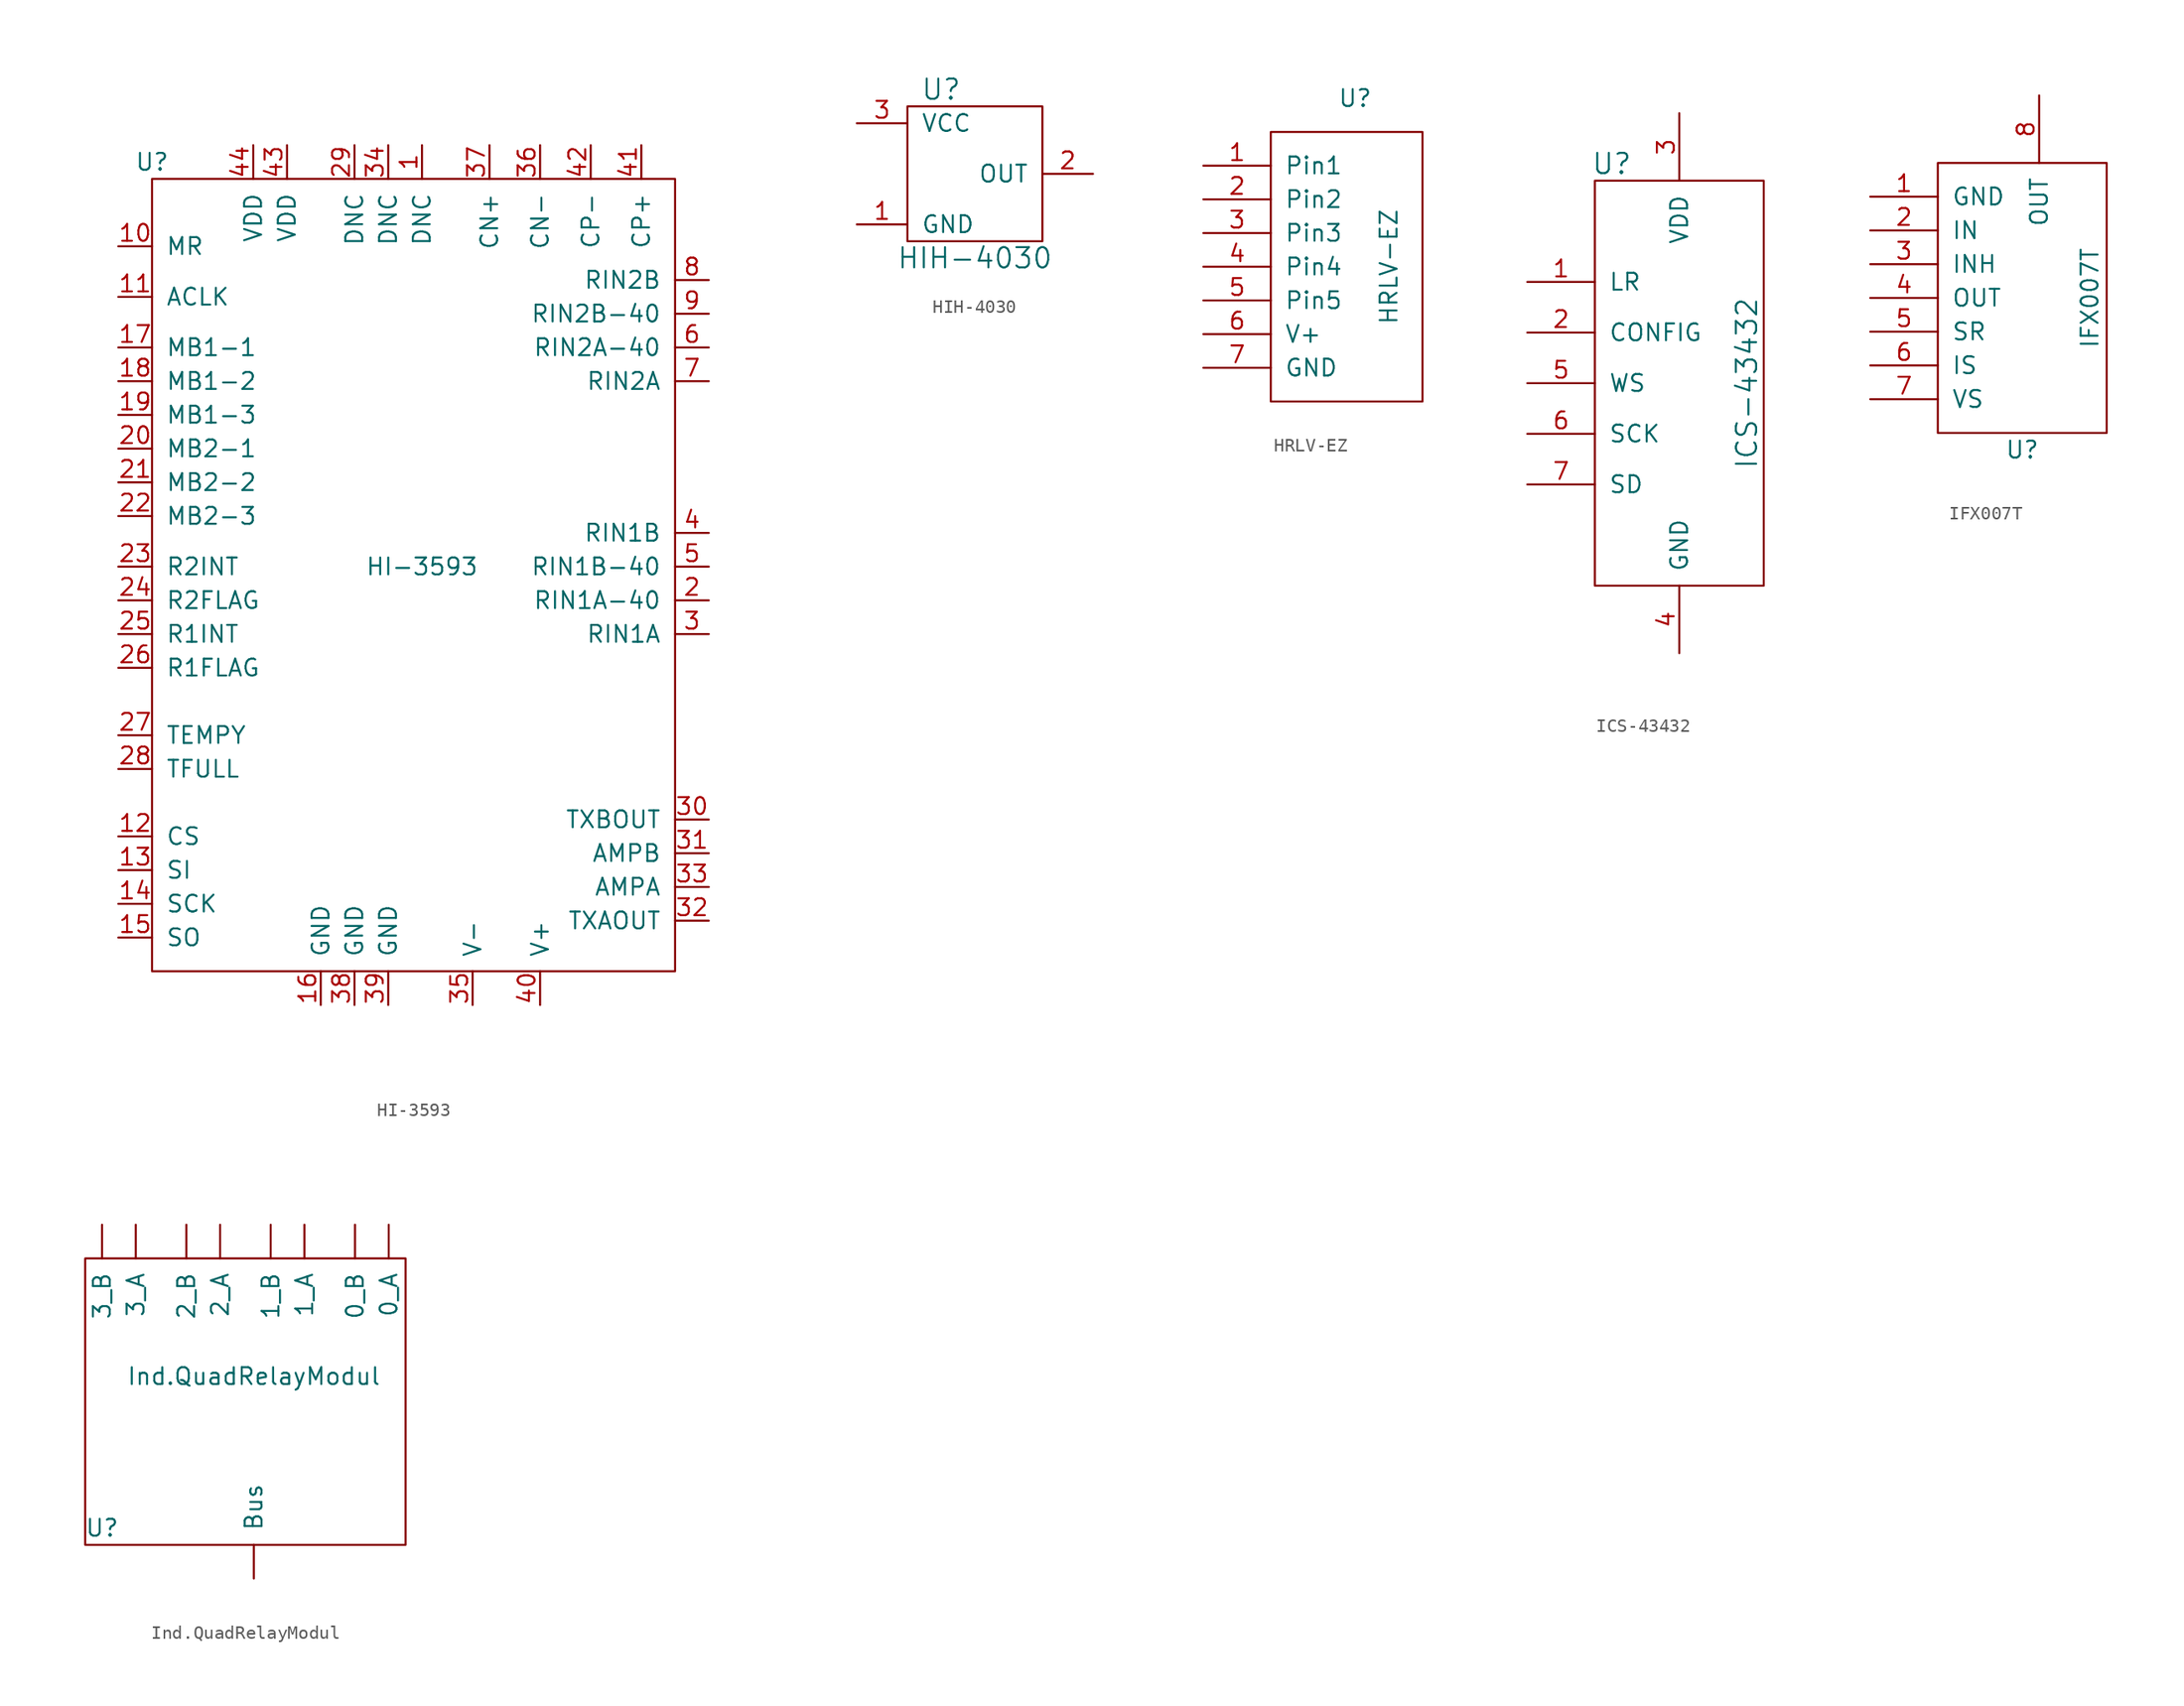
<source format=kicad_sym>
(kicad_symbol_lib
  (version 20211014)
  (generator kicad_symbol_editor)
  (symbol "HI-3593"
    (pin_names
      (offset 1.016))
    (property "Reference" "U"
      (at -20.32 30.48 0)
      (effects (font (size 1.27 1.27))))
    (property "Value" "HI-3593"
      (at 0 0 0)
      (effects (font (size 1.27 1.27))))
    (symbol "HI-3593_0_1"
      (rectangle (start -20.32 29.21) (end 19.05 -30.48) (stroke (width 0) (type default) (color 0 0 0 0)) (fill (type none))))
    (symbol "HI-3593_1_1"
      (pin input line (at 0 31.75 270) (length 2.54) (name "DNC" (effects (font (size 1.27 1.27)))) (number "1" (effects (font (size 1.27 1.27)))))
      (pin input line (at -22.86 24.13 0) (length 2.54) (name "MR" (effects (font (size 1.27 1.27)))) (number "10" (effects (font (size 1.27 1.27)))))
      (pin input line (at -22.86 20.32 0) (length 2.54) (name "ACLK" (effects (font (size 1.27 1.27)))) (number "11" (effects (font (size 1.27 1.27)))))
      (pin input line (at -22.86 -20.32 0) (length 2.54) (name "CS" (effects (font (size 1.27 1.27)))) (number "12" (effects (font (size 1.27 1.27)))))
      (pin input line (at -22.86 -22.86 0) (length 2.54) (name "SI" (effects (font (size 1.27 1.27)))) (number "13" (effects (font (size 1.27 1.27)))))
      (pin input line (at -22.86 -25.4 0) (length 2.54) (name "SCK" (effects (font (size 1.27 1.27)))) (number "14" (effects (font (size 1.27 1.27)))))
      (pin input line (at -22.86 -27.94 0) (length 2.54) (name "SO" (effects (font (size 1.27 1.27)))) (number "15" (effects (font (size 1.27 1.27)))))
      (pin input line (at -7.62 -33.02 90) (length 2.54) (name "GND" (effects (font (size 1.27 1.27)))) (number "16" (effects (font (size 1.27 1.27)))))
      (pin input line (at -22.86 16.51 0) (length 2.54) (name "MB1-1" (effects (font (size 1.27 1.27)))) (number "17" (effects (font (size 1.27 1.27)))))
      (pin input line (at -22.86 13.97 0) (length 2.54) (name "MB1-2" (effects (font (size 1.27 1.27)))) (number "18" (effects (font (size 1.27 1.27)))))
      (pin input line (at -22.86 11.43 0) (length 2.54) (name "MB1-3" (effects (font (size 1.27 1.27)))) (number "19" (effects (font (size 1.27 1.27)))))
      (pin input line (at 21.59 -2.54 180) (length 2.54) (name "RIN1A-40" (effects (font (size 1.27 1.27)))) (number "2" (effects (font (size 1.27 1.27)))))
      (pin input line (at -22.86 8.89 0) (length 2.54) (name "MB2-1" (effects (font (size 1.27 1.27)))) (number "20" (effects (font (size 1.27 1.27)))))
      (pin input line (at -22.86 6.35 0) (length 2.54) (name "MB2-2" (effects (font (size 1.27 1.27)))) (number "21" (effects (font (size 1.27 1.27)))))
      (pin input line (at -22.86 3.81 0) (length 2.54) (name "MB2-3" (effects (font (size 1.27 1.27)))) (number "22" (effects (font (size 1.27 1.27)))))
      (pin input line (at -22.86 0 0) (length 2.54) (name "R2INT" (effects (font (size 1.27 1.27)))) (number "23" (effects (font (size 1.27 1.27)))))
      (pin input line (at -22.86 -2.54 0) (length 2.54) (name "R2FLAG" (effects (font (size 1.27 1.27)))) (number "24" (effects (font (size 1.27 1.27)))))
      (pin input line (at -22.86 -5.08 0) (length 2.54) (name "R1INT" (effects (font (size 1.27 1.27)))) (number "25" (effects (font (size 1.27 1.27)))))
      (pin input line (at -22.86 -7.62 0) (length 2.54) (name "R1FLAG" (effects (font (size 1.27 1.27)))) (number "26" (effects (font (size 1.27 1.27)))))
      (pin input line (at -22.86 -12.7 0) (length 2.54) (name "TEMPY" (effects (font (size 1.27 1.27)))) (number "27" (effects (font (size 1.27 1.27)))))
      (pin input line (at -22.86 -15.24 0) (length 2.54) (name "TFULL" (effects (font (size 1.27 1.27)))) (number "28" (effects (font (size 1.27 1.27)))))
      (pin input line (at -5.08 31.75 270) (length 2.54) (name "DNC" (effects (font (size 1.27 1.27)))) (number "29" (effects (font (size 1.27 1.27)))))
      (pin input line (at 21.59 -5.08 180) (length 2.54) (name "RIN1A" (effects (font (size 1.27 1.27)))) (number "3" (effects (font (size 1.27 1.27)))))
      (pin input line (at 21.59 -19.05 180) (length 2.54) (name "TXBOUT" (effects (font (size 1.27 1.27)))) (number "30" (effects (font (size 1.27 1.27)))))
      (pin input line (at 21.59 -21.59 180) (length 2.54) (name "AMPB" (effects (font (size 1.27 1.27)))) (number "31" (effects (font (size 1.27 1.27)))))
      (pin input line (at 21.59 -26.67 180) (length 2.54) (name "TXAOUT" (effects (font (size 1.27 1.27)))) (number "32" (effects (font (size 1.27 1.27)))))
      (pin input line (at 21.59 -24.13 180) (length 2.54) (name "AMPA" (effects (font (size 1.27 1.27)))) (number "33" (effects (font (size 1.27 1.27)))))
      (pin input line (at -2.54 31.75 270) (length 2.54) (name "DNC" (effects (font (size 1.27 1.27)))) (number "34" (effects (font (size 1.27 1.27)))))
      (pin input line (at 3.81 -33.02 90) (length 2.54) (name "V-" (effects (font (size 1.27 1.27)))) (number "35" (effects (font (size 1.27 1.27)))))
      (pin input line (at 8.89 31.75 270) (length 2.54) (name "CN-" (effects (font (size 1.27 1.27)))) (number "36" (effects (font (size 1.27 1.27)))))
      (pin input line (at 5.08 31.75 270) (length 2.54) (name "CN+" (effects (font (size 1.27 1.27)))) (number "37" (effects (font (size 1.27 1.27)))))
      (pin input line (at -5.08 -33.02 90) (length 2.54) (name "GND" (effects (font (size 1.27 1.27)))) (number "38" (effects (font (size 1.27 1.27)))))
      (pin input line (at -2.54 -33.02 90) (length 2.54) (name "GND" (effects (font (size 1.27 1.27)))) (number "39" (effects (font (size 1.27 1.27)))))
      (pin input line (at 21.59 2.54 180) (length 2.54) (name "RIN1B" (effects (font (size 1.27 1.27)))) (number "4" (effects (font (size 1.27 1.27)))))
      (pin input line (at 8.89 -33.02 90) (length 2.54) (name "V+" (effects (font (size 1.27 1.27)))) (number "40" (effects (font (size 1.27 1.27)))))
      (pin input line (at 16.51 31.75 270) (length 2.54) (name "CP+" (effects (font (size 1.27 1.27)))) (number "41" (effects (font (size 1.27 1.27)))))
      (pin input line (at 12.7 31.75 270) (length 2.54) (name "CP-" (effects (font (size 1.27 1.27)))) (number "42" (effects (font (size 1.27 1.27)))))
      (pin input line (at -10.16 31.75 270) (length 2.54) (name "VDD" (effects (font (size 1.27 1.27)))) (number "43" (effects (font (size 1.27 1.27)))))
      (pin input line (at -12.7 31.75 270) (length 2.54) (name "VDD" (effects (font (size 1.27 1.27)))) (number "44" (effects (font (size 1.27 1.27)))))
      (pin input line (at 21.59 0 180) (length 2.54) (name "RIN1B-40" (effects (font (size 1.27 1.27)))) (number "5" (effects (font (size 1.27 1.27)))))
      (pin input line (at 21.59 16.51 180) (length 2.54) (name "RIN2A-40" (effects (font (size 1.27 1.27)))) (number "6" (effects (font (size 1.27 1.27)))))
      (pin input line (at 21.59 13.97 180) (length 2.54) (name "RIN2A" (effects (font (size 1.27 1.27)))) (number "7" (effects (font (size 1.27 1.27)))))
      (pin input line (at 21.59 21.59 180) (length 2.54) (name "RIN2B" (effects (font (size 1.27 1.27)))) (number "8" (effects (font (size 1.27 1.27)))))
      (pin input line (at 21.59 19.05 180) (length 2.54) (name "RIN2B-40" (effects (font (size 1.27 1.27)))) (number "9" (effects (font (size 1.27 1.27)))))))
  (symbol "HIH-4030"
    (pin_names
      (offset 1.016))
    (property "Reference" "U"
      (at -2.54 6.35 0)
      (effects (font (size 1.524 1.524))))
    (property "Value" "HIH-4030"
      (at 0 -6.35 0)
      (effects (font (size 1.524 1.524))))
    (property "Footprint" ""
      (at 0 0 0)
      (effects (font (size 1.524 1.524))))
    (property "Datasheet" ""
      (at 0 0 0)
      (effects (font (size 1.524 1.524))))
    (symbol "HIH-4030_1_1"
      (rectangle (start -5.08 5.08) (end 5.08 -5.08) (stroke (width 0) (type default) (color 0 0 0 0)) (fill (type none)))
      (pin passive line (at -8.89 -3.81 0) (length 3.81) (name "GND" (effects (font (size 1.27 1.27)))) (number "1" (effects (font (size 1.27 1.27)))))
      (pin passive line (at 8.89 0 180) (length 3.81) (name "OUT" (effects (font (size 1.27 1.27)))) (number "2" (effects (font (size 1.27 1.27)))))
      (pin passive line (at -8.89 3.81 0) (length 3.81) (name "VCC" (effects (font (size 1.27 1.27)))) (number "3" (effects (font (size 1.27 1.27)))))))
  (symbol "HRLV-EZ"
    (pin_names
      (offset 1.016))
    (property "Reference" "U"
      (at 0 11.43 0)
      (effects (font (size 1.27 1.27))))
    (property "Value" "HRLV-EZ"
      (at 2.54 -1.27 90)
      (effects (font (size 1.27 1.27))))
    (symbol "HRLV-EZ_0_1"
      (rectangle (start -6.35 8.89) (end 5.08 -11.43) (stroke (width 0) (type default) (color 0 0 0 0)) (fill (type none))))
    (symbol "HRLV-EZ_1_1"
      (pin input line (at -11.43 6.35 0) (length 5.08) (name "Pin1" (effects (font (size 1.27 1.27)))) (number "1" (effects (font (size 1.27 1.27)))))
      (pin input line (at -11.43 3.81 0) (length 5.08) (name "Pin2" (effects (font (size 1.27 1.27)))) (number "2" (effects (font (size 1.27 1.27)))))
      (pin input line (at -11.43 1.27 0) (length 5.08) (name "Pin3" (effects (font (size 1.27 1.27)))) (number "3" (effects (font (size 1.27 1.27)))))
      (pin input line (at -11.43 -1.27 0) (length 5.08) (name "Pin4" (effects (font (size 1.27 1.27)))) (number "4" (effects (font (size 1.27 1.27)))))
      (pin input line (at -11.43 -3.81 0) (length 5.08) (name "Pin5" (effects (font (size 1.27 1.27)))) (number "5" (effects (font (size 1.27 1.27)))))
      (pin input line (at -11.43 -6.35 0) (length 5.08) (name "V+" (effects (font (size 1.27 1.27)))) (number "6" (effects (font (size 1.27 1.27)))))
      (pin input line (at -11.43 -8.89 0) (length 5.08) (name "GND" (effects (font (size 1.27 1.27)))) (number "7" (effects (font (size 1.27 1.27)))))))
  (symbol "ICS-43432"
    (pin_names
      (offset 1.016))
    (property "Reference" "U"
      (at -5.08 16.51 0)
      (effects (font (size 1.524 1.524))))
    (property "Value" "ICS-43432"
      (at 5.08 0 90)
      (effects (font (size 1.524 1.524))))
    (property "Footprint" ""
      (at 0 0 0)
      (effects (font (size 1.524 1.524))))
    (property "Datasheet" ""
      (at 0 0 0)
      (effects (font (size 1.524 1.524))))
    (symbol "ICS-43432_0_1"
      (rectangle (start -6.35 15.24) (end 6.35 -15.24) (stroke (width 0) (type default) (color 0 0 0 0)) (fill (type none))))
    (symbol "ICS-43432_1_1"
      (pin input line (at -11.43 7.62 0) (length 5.08) (name "LR" (effects (font (size 1.27 1.27)))) (number "1" (effects (font (size 1.27 1.27)))))
      (pin input line (at -11.43 3.81 0) (length 5.08) (name "CONFIG" (effects (font (size 1.27 1.27)))) (number "2" (effects (font (size 1.27 1.27)))))
      (pin bidirectional line (at 0 20.32 270) (length 5.08) (name "VDD" (effects (font (size 1.27 1.27)))) (number "3" (effects (font (size 1.27 1.27)))))
      (pin bidirectional line (at 0 -20.32 90) (length 5.08) (name "GND" (effects (font (size 1.27 1.27)))) (number "4" (effects (font (size 1.27 1.27)))))
      (pin input line (at -11.43 0 0) (length 5.08) (name "WS" (effects (font (size 1.27 1.27)))) (number "5" (effects (font (size 1.27 1.27)))))
      (pin input line (at -11.43 -3.81 0) (length 5.08) (name "SCK" (effects (font (size 1.27 1.27)))) (number "6" (effects (font (size 1.27 1.27)))))
      (pin output line (at -11.43 -7.62 0) (length 5.08) (name "SD" (effects (font (size 1.27 1.27)))) (number "7" (effects (font (size 1.27 1.27)))))))
  (symbol "IFX007T"
    (pin_names
      (offset 1.016))
    (property "Reference" "U"
      (at 0 -10.16 0)
      (effects (font (size 1.27 1.27))))
    (property "Value" "IFX007T"
      (at 5.08 1.27 90)
      (effects (font (size 1.27 1.27))))
    (symbol "IFX007T_0_1"
      (rectangle (start -6.35 11.43) (end 6.35 -8.89) (stroke (width 0) (type default) (color 0 0 0 0)) (fill (type none))))
    (symbol "IFX007T_1_1"
      (pin input line (at -11.43 8.89 0) (length 5.08) (name "GND" (effects (font (size 1.27 1.27)))) (number "1" (effects (font (size 1.27 1.27)))))
      (pin input line (at -11.43 6.35 0) (length 5.08) (name "IN" (effects (font (size 1.27 1.27)))) (number "2" (effects (font (size 1.27 1.27)))))
      (pin input line (at -11.43 3.81 0) (length 5.08) (name "INH" (effects (font (size 1.27 1.27)))) (number "3" (effects (font (size 1.27 1.27)))))
      (pin input line (at -11.43 1.27 0) (length 5.08) (name "OUT" (effects (font (size 1.27 1.27)))) (number "4" (effects (font (size 1.27 1.27)))))
      (pin input line (at -11.43 -1.27 0) (length 5.08) (name "SR" (effects (font (size 1.27 1.27)))) (number "5" (effects (font (size 1.27 1.27)))))
      (pin input line (at -11.43 -3.81 0) (length 5.08) (name "IS" (effects (font (size 1.27 1.27)))) (number "6" (effects (font (size 1.27 1.27)))))
      (pin input line (at -11.43 -6.35 0) (length 5.08) (name "VS" (effects (font (size 1.27 1.27)))) (number "7" (effects (font (size 1.27 1.27)))))
      (pin input line (at 1.27 16.51 270) (length 5.08) (name "OUT" (effects (font (size 1.27 1.27)))) (number "8" (effects (font (size 1.27 1.27)))))))
  (symbol "Ind.QuadRelayModul"
    (pin_names
      (offset 1.016))
    (property "Reference" "U"
      (at -11.43 -8.89 0)
      (effects (font (size 1.27 1.27))))
    (property "Value" "Ind.QuadRelayModul"
      (at 0 2.54 0)
      (effects (font (size 1.27 1.27))))
    (symbol "Ind.QuadRelayModul_0_1"
      (rectangle (start -12.7 11.43) (end 11.43 -10.16) (stroke (width 0) (type default) (color 0 0 0 0)) (fill (type none))))
    (symbol "Ind.QuadRelayModul_1_1"
      (pin input line (at 10.16 13.97 270) (length 2.54) (name "0_A" (effects (font (size 1.27 1.27)))) (number "~" (effects (font (size 1.27 1.27)))))
      (pin input line (at 7.62 13.97 270) (length 2.54) (name "0_B" (effects (font (size 1.27 1.27)))) (number "~" (effects (font (size 1.27 1.27)))))
      (pin input line (at 3.81 13.97 270) (length 2.54) (name "1_A" (effects (font (size 1.27 1.27)))) (number "~" (effects (font (size 1.27 1.27)))))
      (pin input line (at 1.27 13.97 270) (length 2.54) (name "1_B" (effects (font (size 1.27 1.27)))) (number "~" (effects (font (size 1.27 1.27)))))
      (pin input line (at -2.54 13.97 270) (length 2.54) (name "2_A" (effects (font (size 1.27 1.27)))) (number "~" (effects (font (size 1.27 1.27)))))
      (pin input line (at -5.08 13.97 270) (length 2.54) (name "2_B" (effects (font (size 1.27 1.27)))) (number "~" (effects (font (size 1.27 1.27)))))
      (pin input line (at -8.89 13.97 270) (length 2.54) (name "3_A" (effects (font (size 1.27 1.27)))) (number "~" (effects (font (size 1.27 1.27)))))
      (pin input line (at -11.43 13.97 270) (length 2.54) (name "3_B" (effects (font (size 1.27 1.27)))) (number "~" (effects (font (size 1.27 1.27)))))
      (pin input line (at 0 -12.7 90) (length 2.54) (name "Bus" (effects (font (size 1.27 1.27)))) (number "~" (effects (font (size 1.27 1.27))))))))
</source>
